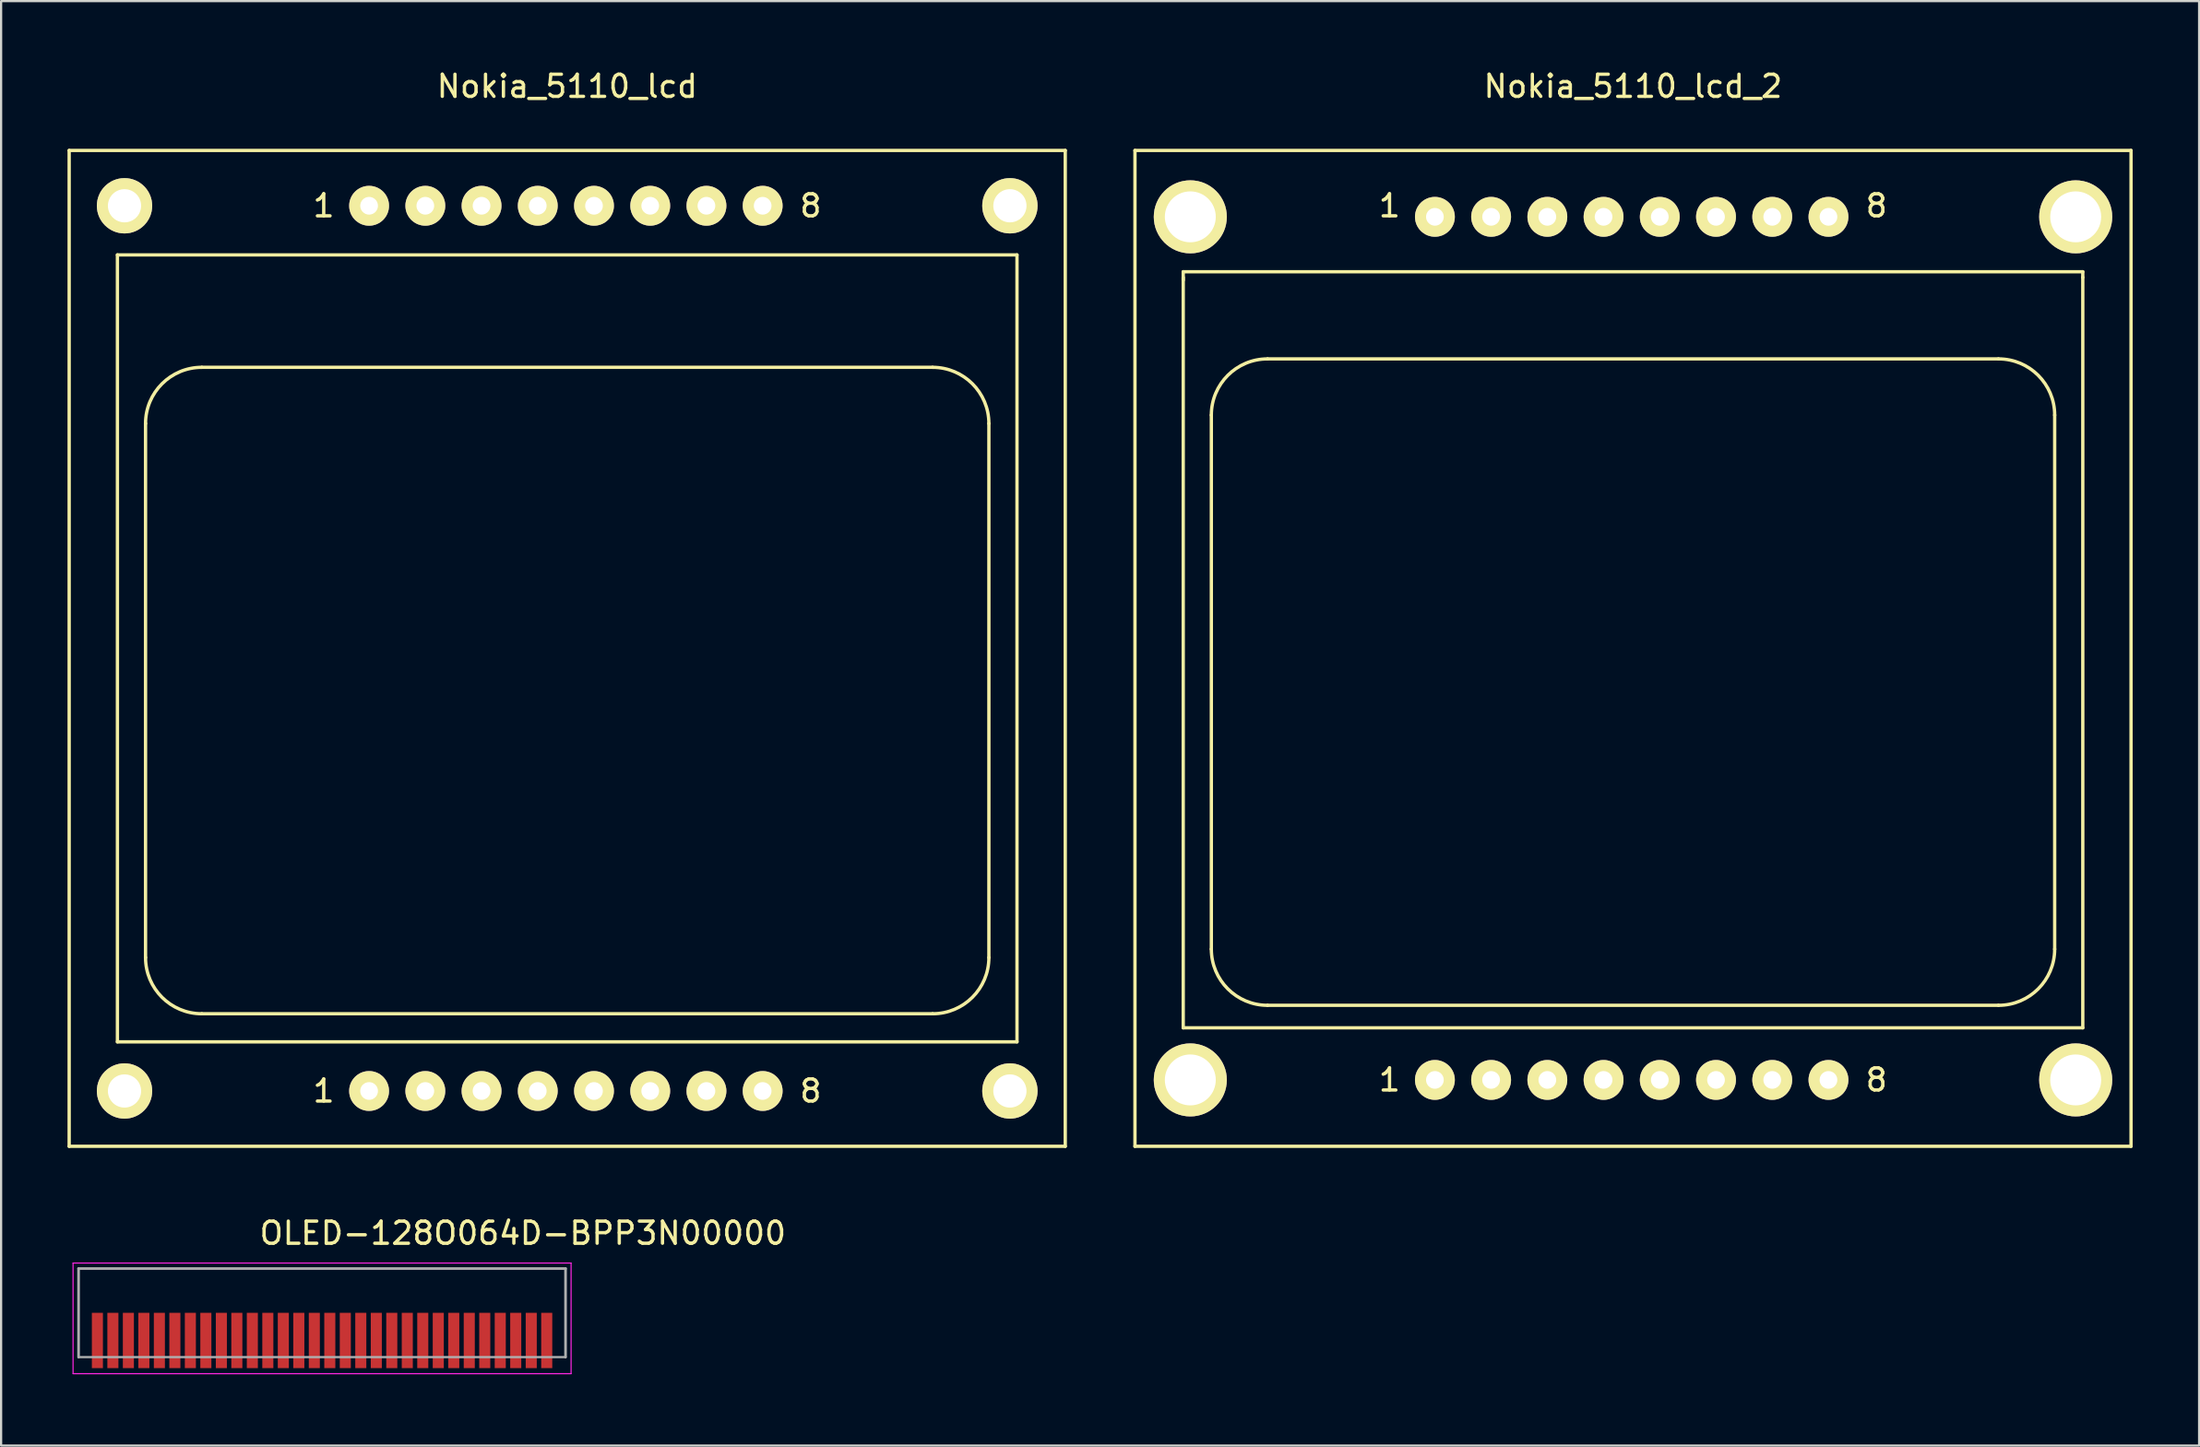
<source format=kicad_pcb>
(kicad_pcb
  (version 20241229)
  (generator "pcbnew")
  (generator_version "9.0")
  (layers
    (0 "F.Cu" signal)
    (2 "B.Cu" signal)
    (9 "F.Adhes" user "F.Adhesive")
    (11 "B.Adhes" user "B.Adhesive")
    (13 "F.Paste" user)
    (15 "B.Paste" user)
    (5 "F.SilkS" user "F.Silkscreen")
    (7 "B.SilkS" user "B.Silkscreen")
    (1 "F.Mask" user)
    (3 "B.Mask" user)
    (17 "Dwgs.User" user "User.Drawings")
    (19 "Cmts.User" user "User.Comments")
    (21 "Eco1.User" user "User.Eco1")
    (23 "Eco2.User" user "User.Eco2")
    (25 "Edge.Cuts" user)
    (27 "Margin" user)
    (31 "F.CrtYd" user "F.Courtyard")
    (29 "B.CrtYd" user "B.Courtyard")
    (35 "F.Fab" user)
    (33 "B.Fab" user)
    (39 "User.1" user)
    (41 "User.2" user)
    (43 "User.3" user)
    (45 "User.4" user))
  (footprint "Nokia_5110_lcd"
    (layer "F.Cu")
    (at 22.575 26.248)
    (property "Reference" "Nokia_5110_lcd" (at 0 -25.4 0) (layer "F.SilkS") (effects (font (size 1 1) (thickness 0.15))))
    (attr through_hole)
    (fp_line (start -22.5 -22.5) (end 22.5 -22.5) (stroke (width 0.15) (type solid)) (layer "F.SilkS"))
    (fp_line (start -22.5 22.5) (end -22.5 -22.5) (stroke (width 0.15) (type solid)) (layer "F.SilkS"))
    (fp_line (start -20.32 -17.78) (end 20.32 -17.78) (stroke (width 0.15) (type solid)) (layer "F.SilkS"))
    (fp_line (start -20.32 17.78) (end -20.32 -17.78) (stroke (width 0.15) (type solid)) (layer "F.SilkS"))
    (fp_line (start -19.05 13.97) (end -19.05 -10.16) (stroke (width 0.15) (type solid)) (layer "F.SilkS"))
    (fp_line (start -16.51 -12.7) (end 16.51 -12.7) (stroke (width 0.15) (type solid)) (layer "F.SilkS"))
    (fp_line (start 16.51 16.51) (end -16.51 16.51) (stroke (width 0.15) (type solid)) (layer "F.SilkS"))
    (fp_line (start 19.05 -10.16) (end 19.05 13.97) (stroke (width 0.15) (type solid)) (layer "F.SilkS"))
    (fp_line (start 20.32 -17.78) (end 20.32 17.78) (stroke (width 0.15) (type solid)) (layer "F.SilkS"))
    (fp_line (start 20.32 17.78) (end -20.32 17.78) (stroke (width 0.15) (type solid)) (layer "F.SilkS"))
    (fp_line (start 22.5 -22.5) (end 22.5 22.5) (stroke (width 0.15) (type solid)) (layer "F.SilkS"))
    (fp_line (start 22.5 22.5) (end -22.5 22.5) (stroke (width 0.15) (type solid)) (layer "F.SilkS"))
    (fp_arc (start -19.05 -10.16) (mid -18.306051 -11.956051) (end -16.51 -12.7) (stroke (width 0.15) (type solid)) (layer "F.SilkS"))
    (fp_arc (start -16.51 16.51) (mid -18.306051 15.766051) (end -19.05 13.97) (stroke (width 0.15) (type solid)) (layer "F.SilkS"))
    (fp_arc (start 16.51 -12.7) (mid 18.306051 -11.956051) (end 19.05 -10.16) (stroke (width 0.15) (type solid)) (layer "F.SilkS"))
    (fp_arc (start 19.05 13.97) (mid 18.306051 15.766051) (end 16.51 16.51) (stroke (width 0.15) (type solid)) (layer "F.SilkS"))
    (fp_text user "8" (at 11 20 0) (layer "F.SilkS") (effects (font (size 1 1) (thickness 0.15))))
    (fp_text user "1" (at -11 -20 0) (layer "F.SilkS") (effects (font (size 1 1) (thickness 0.15))))
    (fp_text user "1" (at -11 20 0) (layer "F.SilkS") (effects (font (size 1 1) (thickness 0.15))))
    (fp_text user "8" (at 11 -20 0) (layer "F.SilkS") (effects (font (size 1 1) (thickness 0.15))))
    (pad "" thru_hole circle (at -20 -20) (size 2.5 2.5) (drill 1.5) (layers "*.Cu" "*.Mask" "F.SilkS"))
    (pad "" thru_hole circle (at -20 20) (size 2.5 2.5) (drill 1.5) (layers "*.Cu" "*.Mask" "F.SilkS"))
    (pad "" thru_hole circle (at 20 -20) (size 2.5 2.5) (drill 1.5) (layers "*.Cu" "*.Mask" "F.SilkS"))
    (pad "" thru_hole circle (at 20 20) (size 2.5 2.5) (drill 1.5) (layers "*.Cu" "*.Mask" "F.SilkS"))
    (pad "1" thru_hole circle (at -8.95 -20) (size 1.8 1.8) (drill 0.8) (layers "*.Cu" "*.Mask" "F.SilkS"))
    (pad "1" thru_hole circle (at -8.95 20) (size 1.8 1.8) (drill 0.8) (layers "*.Cu" "*.Mask" "F.SilkS"))
    (pad "2" thru_hole circle (at -6.41 -20) (size 1.8 1.8) (drill 0.8) (layers "*.Cu" "*.Mask" "F.SilkS"))
    (pad "2" thru_hole circle (at -6.41 20) (size 1.8 1.8) (drill 0.8) (layers "*.Cu" "*.Mask" "F.SilkS"))
    (pad "3" thru_hole circle (at -3.87 -20) (size 1.8 1.8) (drill 0.8) (layers "*.Cu" "*.Mask" "F.SilkS"))
    (pad "3" thru_hole circle (at -3.87 20) (size 1.8 1.8) (drill 0.8) (layers "*.Cu" "*.Mask" "F.SilkS"))
    (pad "4" thru_hole circle (at -1.33 -20) (size 1.8 1.8) (drill 0.8) (layers "*.Cu" "*.Mask" "F.SilkS"))
    (pad "4" thru_hole circle (at -1.33 20) (size 1.8 1.8) (drill 0.8) (layers "*.Cu" "*.Mask" "F.SilkS"))
    (pad "5" thru_hole circle (at 1.21 -20) (size 1.8 1.8) (drill 0.8) (layers "*.Cu" "*.Mask" "F.SilkS"))
    (pad "5" thru_hole circle (at 1.21 20) (size 1.8 1.8) (drill 0.8) (layers "*.Cu" "*.Mask" "F.SilkS"))
    (pad "6" thru_hole circle (at 3.75 -20) (size 1.8 1.8) (drill 0.8) (layers "*.Cu" "*.Mask" "F.SilkS"))
    (pad "6" thru_hole circle (at 3.75 20) (size 1.8 1.8) (drill 0.8) (layers "*.Cu" "*.Mask" "F.SilkS"))
    (pad "7" thru_hole circle (at 6.29 -20) (size 1.8 1.8) (drill 0.8) (layers "*.Cu" "*.Mask" "F.SilkS"))
    (pad "7" thru_hole circle (at 6.29 20) (size 1.8 1.8) (drill 0.8) (layers "*.Cu" "*.Mask" "F.SilkS"))
    (pad "8" thru_hole circle (at 8.83 -20) (size 1.8 1.8) (drill 0.8) (layers "*.Cu" "*.Mask" "F.SilkS"))
    (pad "8" thru_hole circle (at 8.83 20) (size 1.8 1.8) (drill 0.8) (layers "*.Cu" "*.Mask" "F.SilkS")))
  (footprint "OLED-128O064D-BPP3N00000"
    (layer "F.Cu")
    (at 0.25 59.022)
    (property "Reference" "OLED-128O064D-BPP3N00000" (at 20.32 -6.35 0) (layer "F.SilkS") (effects (font (size 1 1) (thickness 0.15))))
    (attr smd)
    (fp_line (start 0 -5) (end 22.5 -5) (stroke (width 0.05) (type solid)) (layer "F.CrtYd"))
    (fp_line (start 0 0) (end 0 -5) (stroke (width 0.05) (type solid)) (layer "F.CrtYd"))
    (fp_line (start 22.5 -5) (end 22.5 0) (stroke (width 0.05) (type solid)) (layer "F.CrtYd"))
    (fp_line (start 22.5 0) (end 0 0) (stroke (width 0.05) (type solid)) (layer "F.CrtYd"))
    (fp_line (start 0.25 -4.75) (end 0.25 -0.75) (stroke (width 0.12) (type solid)) (layer "F.Fab"))
    (fp_line (start 0.25 -0.75) (end 22.25 -0.75) (stroke (width 0.1) (type solid)) (layer "F.Fab"))
    (fp_line (start 22.25 -4.75) (end 0.25 -4.75) (stroke (width 0.12) (type solid)) (layer "F.Fab"))
    (fp_line (start 22.25 -0.75) (end 22.25 -4.75) (stroke (width 0.12) (type solid)) (layer "F.Fab"))
    (pad "1" smd rect (at 1.1 -1.5) (size 0.5 2.5) (layers "F.Cu" "F.Mask" "F.Paste"))
    (pad "2" smd rect (at 1.8 -1.5) (size 0.5 2.5) (layers "F.Cu" "F.Mask" "F.Paste"))
    (pad "3" smd rect (at 2.5 -1.5) (size 0.5 2.5) (layers "F.Cu" "F.Mask" "F.Paste"))
    (pad "4" smd rect (at 3.2 -1.5) (size 0.5 2.5) (layers "F.Cu" "F.Mask" "F.Paste"))
    (pad "5" smd rect (at 3.9 -1.5) (size 0.5 2.5) (layers "F.Cu" "F.Mask" "F.Paste"))
    (pad "6" smd rect (at 4.6 -1.5) (size 0.5 2.5) (layers "F.Cu" "F.Mask" "F.Paste"))
    (pad "7" smd rect (at 5.3 -1.5) (size 0.5 2.5) (layers "F.Cu" "F.Mask" "F.Paste"))
    (pad "8" smd rect (at 6 -1.5) (size 0.5 2.5) (layers "F.Cu" "F.Mask" "F.Paste"))
    (pad "9" smd rect (at 6.7 -1.5) (size 0.5 2.5) (layers "F.Cu" "F.Mask" "F.Paste"))
    (pad "10" smd rect (at 7.4 -1.5) (size 0.5 2.5) (layers "F.Cu" "F.Mask" "F.Paste"))
    (pad "11" smd rect (at 8.1 -1.5) (size 0.5 2.5) (layers "F.Cu" "F.Mask" "F.Paste"))
    (pad "12" smd rect (at 8.8 -1.5) (size 0.5 2.5) (layers "F.Cu" "F.Mask" "F.Paste"))
    (pad "13" smd rect (at 9.5 -1.5) (size 0.5 2.5) (layers "F.Cu" "F.Mask" "F.Paste"))
    (pad "14" smd rect (at 10.2 -1.5) (size 0.5 2.5) (layers "F.Cu" "F.Mask" "F.Paste"))
    (pad "15" smd rect (at 10.9 -1.5) (size 0.5 2.5) (layers "F.Cu" "F.Mask" "F.Paste"))
    (pad "16" smd rect (at 11.6 -1.5) (size 0.5 2.5) (layers "F.Cu" "F.Mask" "F.Paste"))
    (pad "17" smd rect (at 12.3 -1.5) (size 0.5 2.5) (layers "F.Cu" "F.Mask" "F.Paste"))
    (pad "18" smd rect (at 13 -1.5) (size 0.5 2.5) (layers "F.Cu" "F.Mask" "F.Paste"))
    (pad "19" smd rect (at 13.7 -1.5) (size 0.5 2.5) (layers "F.Cu" "F.Mask" "F.Paste"))
    (pad "20" smd rect (at 14.4 -1.5) (size 0.5 2.5) (layers "F.Cu" "F.Mask" "F.Paste"))
    (pad "21" smd rect (at 15.1 -1.5) (size 0.5 2.5) (layers "F.Cu" "F.Mask" "F.Paste"))
    (pad "22" smd rect (at 15.8 -1.5) (size 0.5 2.5) (layers "F.Cu" "F.Mask" "F.Paste"))
    (pad "23" smd rect (at 16.5 -1.5) (size 0.5 2.5) (layers "F.Cu" "F.Mask" "F.Paste"))
    (pad "24" smd rect (at 17.2 -1.5) (size 0.5 2.5) (layers "F.Cu" "F.Mask" "F.Paste"))
    (pad "25" smd rect (at 17.9 -1.5) (size 0.5 2.5) (layers "F.Cu" "F.Mask" "F.Paste"))
    (pad "26" smd rect (at 18.6 -1.5) (size 0.5 2.5) (layers "F.Cu" "F.Mask" "F.Paste"))
    (pad "27" smd rect (at 19.3 -1.5) (size 0.5 2.5) (layers "F.Cu" "F.Mask" "F.Paste"))
    (pad "28" smd rect (at 20 -1.5) (size 0.5 2.5) (layers "F.Cu" "F.Mask" "F.Paste"))
    (pad "29" smd rect (at 20.7 -1.5) (size 0.5 2.5) (layers "F.Cu" "F.Mask" "F.Paste"))
    (pad "30" smd rect (at 21.4 -1.5) (size 0.5 2.5) (layers "F.Cu" "F.Mask" "F.Paste")))
  (footprint "Nokia_5110_lcd_2"
    (layer "F.Cu")
    (at 70.725 26.248)
    (property "Reference" "Nokia_5110_lcd_2" (at 0 -25.4 0) (layer "F.SilkS") (effects (font (size 1 1) (thickness 0.15))))
    (attr through_hole)
    (fp_line (start -22.5 -22.5) (end 22.5 -22.5) (stroke (width 0.15) (type solid)) (layer "F.SilkS"))
    (fp_line (start -22.5 22.5) (end -22.5 -22.5) (stroke (width 0.15) (type solid)) (layer "F.SilkS"))
    (fp_line (start -20.32 -17.018) (end -20.32 -16.637) (stroke (width 0.15) (type solid)) (layer "F.SilkS"))
    (fp_line (start -20.32 -17.018) (end 20.32 -17.018) (stroke (width 0.15) (type solid)) (layer "F.SilkS"))
    (fp_line (start -20.32 17.145) (end -20.32 -16.764) (stroke (width 0.15) (type solid)) (layer "F.SilkS"))
    (fp_line (start -19.05 13.589) (end -19.05 -10.541) (stroke (width 0.15) (type solid)) (layer "F.SilkS"))
    (fp_line (start -16.51 -13.081) (end 16.51 -13.081) (stroke (width 0.15) (type solid)) (layer "F.SilkS"))
    (fp_line (start 16.51 16.129) (end -16.51 16.129) (stroke (width 0.15) (type solid)) (layer "F.SilkS"))
    (fp_line (start 19.05 -10.541) (end 19.05 13.589) (stroke (width 0.15) (type solid)) (layer "F.SilkS"))
    (fp_line (start 20.32 -17.018) (end 20.32 -16.764) (stroke (width 0.15) (type solid)) (layer "F.SilkS"))
    (fp_line (start 20.32 17.145) (end -20.32 17.145) (stroke (width 0.15) (type solid)) (layer "F.SilkS"))
    (fp_line (start 20.32 17.145) (end 20.32 -16.764) (stroke (width 0.15) (type solid)) (layer "F.SilkS"))
    (fp_line (start 22.5 -22.5) (end 22.5 22.5) (stroke (width 0.15) (type solid)) (layer "F.SilkS"))
    (fp_line (start 22.5 22.5) (end -22.5 22.5) (stroke (width 0.15) (type solid)) (layer "F.SilkS"))
    (fp_arc (start -19.05 -10.541) (mid -18.306051 -12.337051) (end -16.51 -13.081) (stroke (width 0.15) (type solid)) (layer "F.SilkS"))
    (fp_arc (start -16.51 16.129) (mid -18.306051 15.385051) (end -19.05 13.589) (stroke (width 0.15) (type solid)) (layer "F.SilkS"))
    (fp_arc (start 16.51 -13.081) (mid 18.306051 -12.337051) (end 19.05 -10.541) (stroke (width 0.15) (type solid)) (layer "F.SilkS"))
    (fp_arc (start 19.05 13.589) (mid 18.306051 15.385051) (end 16.51 16.129) (stroke (width 0.15) (type solid)) (layer "F.SilkS"))
    (fp_text user "8" (at 11 19.5 0) (layer "F.SilkS") (effects (font (size 1 1) (thickness 0.15))))
    (fp_text user "8" (at 11 -20 0) (layer "F.SilkS") (effects (font (size 1 1) (thickness 0.15))))
    (fp_text user "1" (at -11 19.5 0) (layer "F.SilkS") (effects (font (size 1 1) (thickness 0.15))))
    (fp_text user "1" (at -11 -20 0) (layer "F.SilkS") (effects (font (size 1 1) (thickness 0.15))))
    (pad "" thru_hole circle (at -20 -19.5) (size 3.3 3.3) (drill 2.3) (layers "*.Cu" "*.Mask" "F.SilkS"))
    (pad "" thru_hole circle (at -20 19.5) (size 3.3 3.3) (drill 2.3) (layers "*.Cu" "*.Mask" "F.SilkS"))
    (pad "" thru_hole circle (at 20 -19.5) (size 3.3 3.3) (drill 2.3) (layers "*.Cu" "*.Mask" "F.SilkS"))
    (pad "" thru_hole circle (at 20 19.5) (size 3.3 3.3) (drill 2.3) (layers "*.Cu" "*.Mask" "F.SilkS"))
    (pad "1" thru_hole circle (at -8.95 -19.5) (size 1.8 1.8) (drill 0.8) (layers "*.Mask" "B.Cu" "F.SilkS"))
    (pad "1" thru_hole circle (at -8.95 19.5) (size 1.8 1.8) (drill 0.8) (layers "*.Mask" "B.Cu" "F.SilkS"))
    (pad "2" thru_hole circle (at -6.41 -19.5) (size 1.8 1.8) (drill 0.8) (layers "*.Mask" "B.Cu" "F.SilkS"))
    (pad "2" thru_hole circle (at -6.41 19.5) (size 1.8 1.8) (drill 0.8) (layers "*.Mask" "B.Cu" "F.SilkS"))
    (pad "3" thru_hole circle (at -3.87 -19.5) (size 1.8 1.8) (drill 0.8) (layers "*.Mask" "B.Cu" "F.SilkS"))
    (pad "3" thru_hole circle (at -3.87 19.5) (size 1.8 1.8) (drill 0.8) (layers "*.Mask" "B.Cu" "F.SilkS"))
    (pad "4" thru_hole circle (at -1.33 -19.5) (size 1.8 1.8) (drill 0.8) (layers "*.Mask" "B.Cu" "F.SilkS"))
    (pad "4" thru_hole circle (at -1.33 19.5) (size 1.8 1.8) (drill 0.8) (layers "*.Mask" "B.Cu" "F.SilkS"))
    (pad "5" thru_hole circle (at 1.21 -19.5) (size 1.8 1.8) (drill 0.8) (layers "*.Mask" "B.Cu" "F.SilkS"))
    (pad "5" thru_hole circle (at 1.21 19.5) (size 1.8 1.8) (drill 0.8) (layers "*.Mask" "B.Cu" "F.SilkS"))
    (pad "6" thru_hole circle (at 3.75 -19.5) (size 1.8 1.8) (drill 0.8) (layers "*.Mask" "B.Cu" "F.SilkS"))
    (pad "6" thru_hole circle (at 3.75 19.5) (size 1.8 1.8) (drill 0.8) (layers "*.Mask" "B.Cu" "F.SilkS"))
    (pad "7" thru_hole circle (at 6.29 -19.5) (size 1.8 1.8) (drill 0.8) (layers "*.Mask" "B.Cu" "F.SilkS"))
    (pad "7" thru_hole circle (at 6.29 19.5) (size 1.8 1.8) (drill 0.8) (layers "*.Mask" "B.Cu" "F.SilkS"))
    (pad "8" thru_hole circle (at 8.83 -19.5) (size 1.8 1.8) (drill 0.8) (layers "*.Mask" "B.Cu" "F.SilkS"))
    (pad "8" thru_hole circle (at 8.83 19.5) (size 1.8 1.8) (drill 0.8) (layers "*.Mask" "B.Cu" "F.SilkS")))
  (gr_rect
    (start -3 -3)
    (end 96.3 62.272)
    (stroke (width 0.1) (type default))
    (fill no)
    (layer "Edge.Cuts")))
</source>
